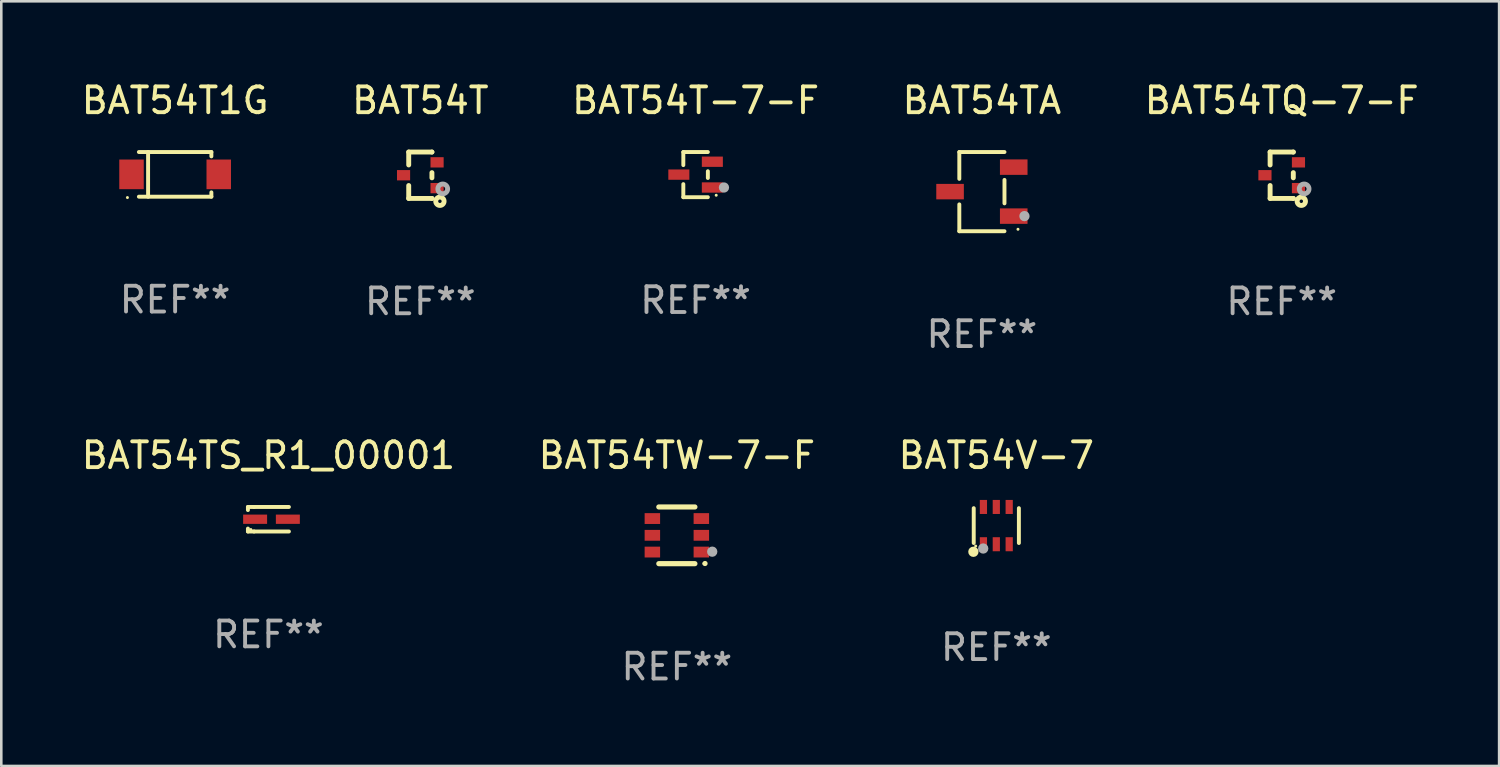
<source format=kicad_pcb>
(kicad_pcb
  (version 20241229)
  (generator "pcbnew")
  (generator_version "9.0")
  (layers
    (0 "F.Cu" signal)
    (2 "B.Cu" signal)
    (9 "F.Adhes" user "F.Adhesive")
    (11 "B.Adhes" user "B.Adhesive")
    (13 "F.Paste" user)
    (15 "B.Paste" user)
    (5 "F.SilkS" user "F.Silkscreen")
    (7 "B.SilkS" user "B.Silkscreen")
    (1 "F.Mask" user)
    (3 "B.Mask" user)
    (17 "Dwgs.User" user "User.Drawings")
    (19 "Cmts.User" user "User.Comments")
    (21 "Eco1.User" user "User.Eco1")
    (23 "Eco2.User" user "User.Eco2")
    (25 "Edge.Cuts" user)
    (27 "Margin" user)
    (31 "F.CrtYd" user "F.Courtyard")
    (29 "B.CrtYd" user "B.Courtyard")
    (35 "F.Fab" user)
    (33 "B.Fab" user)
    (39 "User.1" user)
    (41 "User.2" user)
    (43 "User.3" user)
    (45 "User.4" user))
  (footprint "BAT54TS_R1_00001"
    (layer "F.Cu")
    (at 7.363 17.093)
    (property "Reference" "BAT54TS_R1_00001" (at 0 -2.476 0) (layer "F.SilkS") (effects (font (size 1 1) (thickness 0.15))))
    (attr through_hole)
    (fp_line (start -0.795 -0.476) (end -0.795 -0.356) (stroke (width 0.152) (type solid)) (layer "F.SilkS"))
    (fp_line (start -0.795 0.363) (end -0.795 0.476) (stroke (width 0.152) (type solid)) (layer "F.SilkS"))
    (fp_line (start -0.795 0.476) (end -0.557 0.476) (stroke (width 0.152) (type solid)) (layer "F.SilkS"))
    (fp_line (start -0.557 -0.476) (end -0.795 -0.476) (stroke (width 0.152) (type solid)) (layer "F.SilkS"))
    (fp_line (start -0.557 -0.476) (end 0.795 -0.476) (stroke (width 0.152) (type solid)) (layer "F.SilkS"))
    (fp_line (start -0.557 0.476) (end 0.795 0.476) (stroke (width 0.152) (type solid)) (layer "F.SilkS"))
    (fp_circle (center -0.681 0.4) (end -0.651 0.4) (stroke (width 0.06) (type solid)) (fill no) (layer "F.SilkS"))
    (fp_text user "REF**" (at 0 4.476 0) (layer "F.Fab") (effects (font (size 1 1) (thickness 0.15))))
    (pad "1" smd rect (at -0.516 0 180) (size 0.93 0.36) (layers "F.Cu" "F.Mask" "F.Paste"))
    (pad "2" smd rect (at 0.754 0 180) (size 0.93 0.36) (layers "F.Cu" "F.Mask" "F.Paste")))
  (footprint "BAT54TQ-7-F"
    (layer "F.Cu")
    (at 46.673 3.748)
    (property "Reference" "BAT54TQ-7-F" (at 0 -2.9 0) (layer "F.SilkS") (effects (font (size 1 1) (thickness 0.15))))
    (attr through_hole)
    (fp_line (start -0.45 -0.9) (end 0.45 -0.9) (stroke (width 0.19) (type solid)) (layer "F.SilkS"))
    (fp_line (start -0.45 -0.399) (end -0.45 -0.9) (stroke (width 0.19) (type solid)) (layer "F.SilkS"))
    (fp_line (start -0.45 0.9) (end -0.45 0.399) (stroke (width 0.19) (type solid)) (layer "F.SilkS"))
    (fp_line (start -0.45 0.9) (end 0.45 0.9) (stroke (width 0.19) (type solid)) (layer "F.SilkS"))
    (fp_line (start 0.45 -0.899) (end 0.45 -0.9) (stroke (width 0.19) (type solid)) (layer "F.SilkS"))
    (fp_line (start 0.45 0.101) (end 0.45 -0.101) (stroke (width 0.19) (type solid)) (layer "F.SilkS"))
    (fp_line (start 0.45 0.9) (end 0.45 0.899) (stroke (width 0.19) (type solid)) (layer "F.SilkS"))
    (fp_circle (center 0.76 1.01) (end 0.827 1.01) (stroke (width 0.19) (type solid)) (fill no) (layer "F.SilkS"))
    (fp_circle (center 0.8 0.8) (end 0.81 0.8) (stroke (width 0.02) (type solid)) (fill no) (layer "F.SilkS"))
    (fp_circle (center 0.87 0.53) (end 0.964 0.53) (stroke (width 0.19) (type solid)) (fill no) (layer "F.Fab"))
    (fp_text user "REF**" (at 0 4.9 0) (layer "F.Fab") (effects (font (size 1 1) (thickness 0.15))))
    (pad "1" smd rect (at 0.65 0.5 90) (size 0.4 0.51) (layers "F.Cu" "F.Mask" "F.Paste"))
    (pad "2" smd rect (at 0.65 -0.5 90) (size 0.4 0.51) (layers "F.Cu" "F.Mask" "F.Paste"))
    (pad "3" smd rect (at -0.65 0.000127 90) (size 0.4 0.51) (layers "F.Cu" "F.Mask" "F.Paste")))
  (footprint "BAT54T1G"
    (layer "F.Cu")
    (at 3.744 3.714)
    (property "Reference" "BAT54T1G" (at 0 -2.866 0) (layer "F.SilkS") (effects (font (size 1 1) (thickness 0.15))))
    (attr through_hole)
    (fp_line (start -1.406 -0.866) (end 1.406 -0.866) (stroke (width 0.152) (type solid)) (layer "F.SilkS"))
    (fp_line (start -1.406 0.866) (end 1.406 0.866) (stroke (width 0.152) (type solid)) (layer "F.SilkS"))
    (fp_line (start -1.049 -0.866) (end -1.049 0.866) (stroke (width 0.152) (type solid)) (layer "F.SilkS"))
    (fp_line (start 1.406 -0.866) (end 1.406 -0.698) (stroke (width 0.152) (type solid)) (layer "F.SilkS"))
    (fp_line (start 1.406 0.866) (end 1.406 0.698) (stroke (width 0.152) (type solid)) (layer "F.SilkS"))
    (fp_circle (center -1.851 0.9) (end -1.821 0.9) (stroke (width 0.06) (type solid)) (fill no) (layer "F.SilkS"))
    (fp_text user "REF**" (at 0 4.866 0) (layer "F.Fab") (effects (font (size 1 1) (thickness 0.15))))
    (pad "1" smd rect (at -1.692 0) (size 0.95 1.15) (layers "F.Cu" "F.Mask" "F.Paste"))
    (pad "2" smd rect (at 1.692 0) (size 0.95 1.15) (layers "F.Cu" "F.Mask" "F.Paste")))
  (footprint "BAT54T-7-F"
    (layer "F.Cu")
    (at 23.935 3.724)
    (property "Reference" "BAT54T-7-F" (at 0 -2.876 0) (layer "F.SilkS") (effects (font (size 1 1) (thickness 0.15))))
    (attr through_hole)
    (fp_line (start -0.476 -0.876) (end -0.476 -0.369) (stroke (width 0.152) (type solid)) (layer "F.SilkS"))
    (fp_line (start -0.476 0.876) (end -0.476 0.369) (stroke (width 0.152) (type solid)) (layer "F.SilkS"))
    (fp_line (start 0.476 -0.876) (end -0.476 -0.876) (stroke (width 0.152) (type solid)) (layer "F.SilkS"))
    (fp_line (start 0.476 -0.131) (end 0.476 0.131) (stroke (width 0.152) (type solid)) (layer "F.SilkS"))
    (fp_line (start 0.476 0.876) (end -0.476 0.876) (stroke (width 0.152) (type solid)) (layer "F.SilkS"))
    (fp_circle (center 0.8 0.8) (end 0.83 0.8) (stroke (width 0.06) (type solid)) (fill no) (layer "F.SilkS"))
    (fp_circle (center 1.1 0.5) (end 1.2 0.5) (stroke (width 0.2) (type solid)) (fill no) (layer "F.Fab"))
    (fp_text user "REF**" (at 0 4.876 0) (layer "F.Fab") (effects (font (size 1 1) (thickness 0.15))))
    (pad "1" smd rect (at 0.65 0.5) (size 0.816 0.4) (layers "F.Cu" "F.Mask" "F.Paste"))
    (pad "2" smd rect (at 0.65 -0.5) (size 0.816 0.4) (layers "F.Cu" "F.Mask" "F.Paste"))
    (pad "3" smd rect (at -0.65 0) (size 0.816 0.4) (layers "F.Cu" "F.Mask" "F.Paste")))
  (footprint "BAT54V-7"
    (layer "F.Cu")
    (at 35.601 17.34)
    (property "Reference" "BAT54V-7" (at 0 -2.723 0) (layer "F.SilkS") (effects (font (size 1 1) (thickness 0.15))))
    (attr through_hole)
    (fp_line (start -0.876 0.676) (end -0.876 -0.676) (stroke (width 0.152) (type solid)) (layer "F.SilkS"))
    (fp_line (start 0.876 0.676) (end 0.876 -0.676) (stroke (width 0.152) (type solid)) (layer "F.SilkS"))
    (fp_circle (center -0.889 1.016) (end -0.789 1.016) (stroke (width 0.2) (type solid)) (fill no) (layer "F.SilkS"))
    (fp_circle (center -0.8 0.795) (end -0.77 0.795) (stroke (width 0.06) (type solid)) (fill no) (layer "F.SilkS"))
    (fp_circle (center -0.508 0.889) (end -0.408 0.889) (stroke (width 0.2) (type solid)) (fill no) (layer "F.Fab"))
    (fp_text user "REF**" (at 0 4.723 0) (layer "F.Fab") (effects (font (size 1 1) (thickness 0.15))))
    (pad "1" smd rect (at -0.5 0.723) (size 0.28 0.545) (layers "F.Cu" "F.Mask" "F.Paste"))
    (pad "2" smd rect (at 0 0.723) (size 0.28 0.545) (layers "F.Cu" "F.Mask" "F.Paste"))
    (pad "3" smd rect (at 0.5 0.723) (size 0.28 0.545) (layers "F.Cu" "F.Mask" "F.Paste"))
    (pad "4" smd rect (at 0.5 -0.723) (size 0.28 0.545) (layers "F.Cu" "F.Mask" "F.Paste"))
    (pad "5" smd rect (at 0 -0.723) (size 0.28 0.545) (layers "F.Cu" "F.Mask" "F.Paste"))
    (pad "6" smd rect (at -0.5 -0.723) (size 0.28 0.545) (layers "F.Cu" "F.Mask" "F.Paste")))
  (footprint "BAT54TA"
    (layer "F.Cu")
    (at 35.042 4.384)
    (property "Reference" "BAT54TA" (at 0 -3.536 0) (layer "F.SilkS") (effects (font (size 1 1) (thickness 0.15))))
    (attr through_hole)
    (fp_line (start -0.876 -1.536) (end -0.876 -0.495) (stroke (width 0.152) (type solid)) (layer "F.SilkS"))
    (fp_line (start -0.876 1.536) (end -0.876 0.495) (stroke (width 0.152) (type solid)) (layer "F.SilkS"))
    (fp_line (start 0.876 -1.536) (end -0.876 -1.536) (stroke (width 0.152) (type solid)) (layer "F.SilkS"))
    (fp_line (start 0.876 -0.455) (end 0.876 0.455) (stroke (width 0.152) (type solid)) (layer "F.SilkS"))
    (fp_line (start 0.876 1.536) (end -0.876 1.536) (stroke (width 0.152) (type solid)) (layer "F.SilkS"))
    (fp_circle (center 1.4 1.46) (end 1.43 1.46) (stroke (width 0.06) (type solid)) (fill no) (layer "F.SilkS"))
    (fp_circle (center 1.651 0.95) (end 1.751 0.95) (stroke (width 0.2) (type solid)) (fill no) (layer "F.Fab"))
    (fp_text user "REF**" (at 0 5.536 0) (layer "F.Fab") (effects (font (size 1 1) (thickness 0.15))))
    (pad "1" smd rect (at 1.235 0.95) (size 1.07 0.6) (layers "F.Cu" "F.Mask" "F.Paste"))
    (pad "2" smd rect (at 1.235 -0.95) (size 1.07 0.6) (layers "F.Cu" "F.Mask" "F.Paste"))
    (pad "3" smd rect (at -1.235 0) (size 1.07 0.6) (layers "F.Cu" "F.Mask" "F.Paste")))
  (footprint "BAT54TW-7-F"
    (layer "F.Cu")
    (at 23.208 17.717)
    (property "Reference" "BAT54TW-7-F" (at 0 -3.1 0) (layer "F.SilkS") (effects (font (size 1 1) (thickness 0.15))))
    (attr through_hole)
    (fp_line (start -0.7 -1.1) (end 0.7 -1.1) (stroke (width 0.2) (type solid)) (layer "F.SilkS"))
    (fp_line (start -0.7 1.1) (end 0.7 1.1) (stroke (width 0.2) (type solid)) (layer "F.SilkS"))
    (fp_arc (start 1.090932 1.094209) (mid 1.092202 1.094203) (end 1.093472 1.094209) (stroke (width 0.2) (type solid)) (layer "F.SilkS"))
    (fp_circle (center 1.053 1.1) (end 1.083 1.1) (stroke (width 0.06) (type solid)) (fill no) (layer "F.SilkS"))
    (fp_circle (center 1.372 0.635) (end 1.472 0.635) (stroke (width 0.2) (type solid)) (fill no) (layer "F.Fab"))
    (fp_text user "REF**" (at 0 5.1 0) (layer "F.Fab") (effects (font (size 1 1) (thickness 0.15))))
    (pad "1" smd rect (at 0.95 0.65 90) (size 0.42 0.6) (layers "F.Cu" "F.Mask" "F.Paste"))
    (pad "2" smd rect (at 0.95 0 90) (size 0.42 0.6) (layers "F.Cu" "F.Mask" "F.Paste"))
    (pad "3" smd rect (at 0.95 -0.65 90) (size 0.42 0.6) (layers "F.Cu" "F.Mask" "F.Paste"))
    (pad "4" smd rect (at -0.95 -0.65 270) (size 0.42 0.6) (layers "F.Cu" "F.Mask" "F.Paste"))
    (pad "5" smd rect (at -0.95 0 270) (size 0.42 0.6) (layers "F.Cu" "F.Mask" "F.Paste"))
    (pad "6" smd rect (at -0.95 0.65 270) (size 0.42 0.6) (layers "F.Cu" "F.Mask" "F.Paste")))
  (footprint "BAT54T"
    (layer "F.Cu")
    (at 13.256 3.748)
    (property "Reference" "BAT54T" (at 0 -2.9 0) (layer "F.SilkS") (effects (font (size 1 1) (thickness 0.15))))
    (attr through_hole)
    (fp_line (start -0.45 -0.9) (end 0.45 -0.9) (stroke (width 0.19) (type solid)) (layer "F.SilkS"))
    (fp_line (start -0.45 -0.399) (end -0.45 -0.9) (stroke (width 0.19) (type solid)) (layer "F.SilkS"))
    (fp_line (start -0.45 0.9) (end -0.45 0.399) (stroke (width 0.19) (type solid)) (layer "F.SilkS"))
    (fp_line (start -0.45 0.9) (end 0.45 0.9) (stroke (width 0.19) (type solid)) (layer "F.SilkS"))
    (fp_line (start 0.45 -0.899) (end 0.45 -0.9) (stroke (width 0.19) (type solid)) (layer "F.SilkS"))
    (fp_line (start 0.45 0.101) (end 0.45 -0.101) (stroke (width 0.19) (type solid)) (layer "F.SilkS"))
    (fp_line (start 0.45 0.9) (end 0.45 0.899) (stroke (width 0.19) (type solid)) (layer "F.SilkS"))
    (fp_circle (center 0.76 1.01) (end 0.827 1.01) (stroke (width 0.19) (type solid)) (fill no) (layer "F.SilkS"))
    (fp_circle (center 0.8 0.8) (end 0.81 0.8) (stroke (width 0.02) (type solid)) (fill no) (layer "F.SilkS"))
    (fp_circle (center 0.87 0.53) (end 0.964 0.53) (stroke (width 0.19) (type solid)) (fill no) (layer "F.Fab"))
    (fp_text user "REF**" (at 0 4.9 0) (layer "F.Fab") (effects (font (size 1 1) (thickness 0.15))))
    (pad "1" smd rect (at 0.65 0.5 90) (size 0.4 0.51) (layers "F.Cu" "F.Mask" "F.Paste"))
    (pad "2" smd rect (at 0.65 -0.5 90) (size 0.4 0.51) (layers "F.Cu" "F.Mask" "F.Paste"))
    (pad "3" smd rect (at -0.65 0.000127 90) (size 0.4 0.51) (layers "F.Cu" "F.Mask" "F.Paste")))
  (gr_rect
    (start -3 -3)
    (end 55.107 26.665)
    (stroke (width 0.1) (type default))
    (fill no)
    (layer "Edge.Cuts")))
</source>
